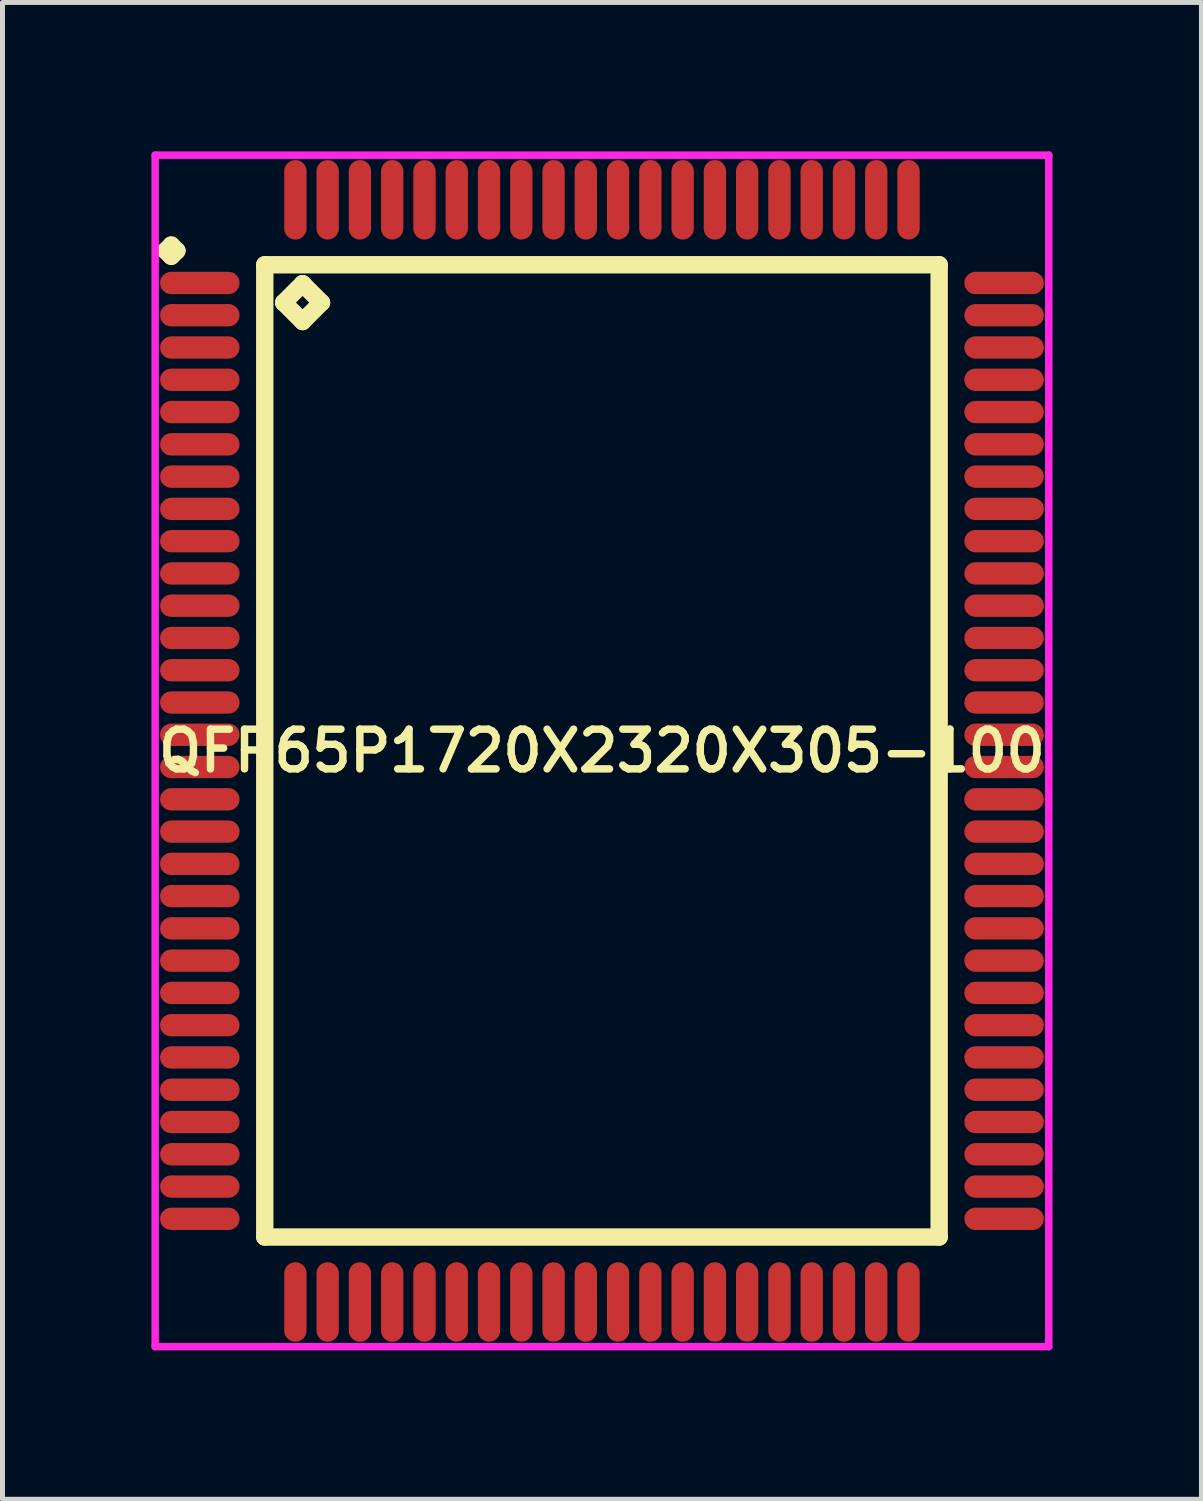
<source format=kicad_pcb>
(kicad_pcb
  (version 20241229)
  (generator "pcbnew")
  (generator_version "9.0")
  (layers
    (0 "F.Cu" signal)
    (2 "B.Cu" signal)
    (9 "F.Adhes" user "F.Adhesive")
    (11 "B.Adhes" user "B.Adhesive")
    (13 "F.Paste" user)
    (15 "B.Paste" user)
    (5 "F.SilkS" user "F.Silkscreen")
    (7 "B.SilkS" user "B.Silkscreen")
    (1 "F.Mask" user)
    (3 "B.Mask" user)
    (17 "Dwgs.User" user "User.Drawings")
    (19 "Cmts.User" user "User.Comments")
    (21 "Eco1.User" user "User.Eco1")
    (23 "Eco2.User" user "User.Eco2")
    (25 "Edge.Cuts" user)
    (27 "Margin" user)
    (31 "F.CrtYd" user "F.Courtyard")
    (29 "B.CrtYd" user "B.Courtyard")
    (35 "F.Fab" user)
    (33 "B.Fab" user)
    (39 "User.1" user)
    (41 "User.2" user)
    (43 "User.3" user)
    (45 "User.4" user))
  (footprint "QFP65P1720X2320X305-100"
    (layer "F.Cu")
    (at 9.075 12.075)
    (property "Reference" "QFP65P1720X2320X305-100" (at 0 0 0) (layer "F.SilkS") (effects (font (size 0.8 0.8) (thickness 0.15))))
    (attr through_hole)
    (fp_line (start -8.787 -10.075) (end -8.675 -10.188) (stroke (width 0.35) (type solid)) (layer "F.SilkS"))
    (fp_line (start -8.675 -10.188) (end -8.562 -10.075) (stroke (width 0.35) (type solid)) (layer "F.SilkS"))
    (fp_line (start -8.675 -9.963) (end -8.787 -10.075) (stroke (width 0.35) (type solid)) (layer "F.SilkS"))
    (fp_line (start -8.562 -10.075) (end -8.675 -9.963) (stroke (width 0.35) (type solid)) (layer "F.SilkS"))
    (fp_line (start -6.792 -9.792) (end -6.792 9.792) (stroke (width 0.35) (type solid)) (layer "F.SilkS"))
    (fp_line (start -6.792 9.792) (end 6.792 9.792) (stroke (width 0.35) (type solid)) (layer "F.SilkS"))
    (fp_line (start -6.411 -9.03) (end -6.03 -9.411) (stroke (width 0.35) (type solid)) (layer "F.SilkS"))
    (fp_line (start -6.03 -9.411) (end -5.649 -9.03) (stroke (width 0.35) (type solid)) (layer "F.SilkS"))
    (fp_line (start -6.03 -8.649) (end -6.411 -9.03) (stroke (width 0.35) (type solid)) (layer "F.SilkS"))
    (fp_line (start -5.649 -9.03) (end -6.03 -8.649) (stroke (width 0.35) (type solid)) (layer "F.SilkS"))
    (fp_line (start 6.792 -9.792) (end -6.792 -9.792) (stroke (width 0.35) (type solid)) (layer "F.SilkS"))
    (fp_line (start 6.792 9.792) (end 6.792 -9.792) (stroke (width 0.35) (type solid)) (layer "F.SilkS"))
    (fp_line (start -9 -12) (end 9 -12) (stroke (width 0.15) (type solid)) (layer "F.CrtYd"))
    (fp_line (start -9 12) (end -9 -12) (stroke (width 0.15) (type solid)) (layer "F.CrtYd"))
    (fp_line (start 9 -12) (end 9 12) (stroke (width 0.15) (type solid)) (layer "F.CrtYd"))
    (fp_line (start 9 12) (end -9 12) (stroke (width 0.15) (type solid)) (layer "F.CrtYd"))
    (pad "1" smd oval (at -8.1 -9.425) (size 1.6 0.45) (layers "F.Cu" "F.Mask" "F.Paste"))
    (pad "2" smd oval (at -8.1 -8.775) (size 1.6 0.45) (layers "F.Cu" "F.Mask" "F.Paste"))
    (pad "3" smd oval (at -8.1 -8.125) (size 1.6 0.45) (layers "F.Cu" "F.Mask" "F.Paste"))
    (pad "4" smd oval (at -8.1 -7.475) (size 1.6 0.45) (layers "F.Cu" "F.Mask" "F.Paste"))
    (pad "5" smd oval (at -8.1 -6.825) (size 1.6 0.45) (layers "F.Cu" "F.Mask" "F.Paste"))
    (pad "6" smd oval (at -8.1 -6.175) (size 1.6 0.45) (layers "F.Cu" "F.Mask" "F.Paste"))
    (pad "7" smd oval (at -8.1 -5.525) (size 1.6 0.45) (layers "F.Cu" "F.Mask" "F.Paste"))
    (pad "8" smd oval (at -8.1 -4.875) (size 1.6 0.45) (layers "F.Cu" "F.Mask" "F.Paste"))
    (pad "9" smd oval (at -8.1 -4.225) (size 1.6 0.45) (layers "F.Cu" "F.Mask" "F.Paste"))
    (pad "10" smd oval (at -8.1 -3.575) (size 1.6 0.45) (layers "F.Cu" "F.Mask" "F.Paste"))
    (pad "11" smd oval (at -8.1 -2.925) (size 1.6 0.45) (layers "F.Cu" "F.Mask" "F.Paste"))
    (pad "12" smd oval (at -8.1 -2.275) (size 1.6 0.45) (layers "F.Cu" "F.Mask" "F.Paste"))
    (pad "13" smd oval (at -8.1 -1.625) (size 1.6 0.45) (layers "F.Cu" "F.Mask" "F.Paste"))
    (pad "14" smd oval (at -8.1 -0.975) (size 1.6 0.45) (layers "F.Cu" "F.Mask" "F.Paste"))
    (pad "15" smd oval (at -8.1 -0.325) (size 1.6 0.45) (layers "F.Cu" "F.Mask" "F.Paste"))
    (pad "16" smd oval (at -8.1 0.325) (size 1.6 0.45) (layers "F.Cu" "F.Mask" "F.Paste"))
    (pad "17" smd oval (at -8.1 0.975) (size 1.6 0.45) (layers "F.Cu" "F.Mask" "F.Paste"))
    (pad "18" smd oval (at -8.1 1.625) (size 1.6 0.45) (layers "F.Cu" "F.Mask" "F.Paste"))
    (pad "19" smd oval (at -8.1 2.275) (size 1.6 0.45) (layers "F.Cu" "F.Mask" "F.Paste"))
    (pad "20" smd oval (at -8.1 2.925) (size 1.6 0.45) (layers "F.Cu" "F.Mask" "F.Paste"))
    (pad "21" smd oval (at -8.1 3.575) (size 1.6 0.45) (layers "F.Cu" "F.Mask" "F.Paste"))
    (pad "22" smd oval (at -8.1 4.225) (size 1.6 0.45) (layers "F.Cu" "F.Mask" "F.Paste"))
    (pad "23" smd oval (at -8.1 4.875) (size 1.6 0.45) (layers "F.Cu" "F.Mask" "F.Paste"))
    (pad "24" smd oval (at -8.1 5.525) (size 1.6 0.45) (layers "F.Cu" "F.Mask" "F.Paste"))
    (pad "25" smd oval (at -8.1 6.175) (size 1.6 0.45) (layers "F.Cu" "F.Mask" "F.Paste"))
    (pad "26" smd oval (at -8.1 6.825) (size 1.6 0.45) (layers "F.Cu" "F.Mask" "F.Paste"))
    (pad "27" smd oval (at -8.1 7.475) (size 1.6 0.45) (layers "F.Cu" "F.Mask" "F.Paste"))
    (pad "28" smd oval (at -8.1 8.125) (size 1.6 0.45) (layers "F.Cu" "F.Mask" "F.Paste"))
    (pad "29" smd oval (at -8.1 8.775) (size 1.6 0.45) (layers "F.Cu" "F.Mask" "F.Paste"))
    (pad "30" smd oval (at -8.1 9.425) (size 1.6 0.45) (layers "F.Cu" "F.Mask" "F.Paste"))
    (pad "31" smd oval (at -6.175 11.1) (size 0.45 1.6) (layers "F.Cu" "F.Mask" "F.Paste"))
    (pad "32" smd oval (at -5.525 11.1) (size 0.45 1.6) (layers "F.Cu" "F.Mask" "F.Paste"))
    (pad "33" smd oval (at -4.875 11.1) (size 0.45 1.6) (layers "F.Cu" "F.Mask" "F.Paste"))
    (pad "34" smd oval (at -4.225 11.1) (size 0.45 1.6) (layers "F.Cu" "F.Mask" "F.Paste"))
    (pad "35" smd oval (at -3.575 11.1) (size 0.45 1.6) (layers "F.Cu" "F.Mask" "F.Paste"))
    (pad "36" smd oval (at -2.925 11.1) (size 0.45 1.6) (layers "F.Cu" "F.Mask" "F.Paste"))
    (pad "37" smd oval (at -2.275 11.1) (size 0.45 1.6) (layers "F.Cu" "F.Mask" "F.Paste"))
    (pad "38" smd oval (at -1.625 11.1) (size 0.45 1.6) (layers "F.Cu" "F.Mask" "F.Paste"))
    (pad "39" smd oval (at -0.975 11.1) (size 0.45 1.6) (layers "F.Cu" "F.Mask" "F.Paste"))
    (pad "40" smd oval (at -0.325 11.1) (size 0.45 1.6) (layers "F.Cu" "F.Mask" "F.Paste"))
    (pad "41" smd oval (at 0.325 11.1) (size 0.45 1.6) (layers "F.Cu" "F.Mask" "F.Paste"))
    (pad "42" smd oval (at 0.975 11.1) (size 0.45 1.6) (layers "F.Cu" "F.Mask" "F.Paste"))
    (pad "43" smd oval (at 1.625 11.1) (size 0.45 1.6) (layers "F.Cu" "F.Mask" "F.Paste"))
    (pad "44" smd oval (at 2.275 11.1) (size 0.45 1.6) (layers "F.Cu" "F.Mask" "F.Paste"))
    (pad "45" smd oval (at 2.925 11.1) (size 0.45 1.6) (layers "F.Cu" "F.Mask" "F.Paste"))
    (pad "46" smd oval (at 3.575 11.1) (size 0.45 1.6) (layers "F.Cu" "F.Mask" "F.Paste"))
    (pad "47" smd oval (at 4.225 11.1) (size 0.45 1.6) (layers "F.Cu" "F.Mask" "F.Paste"))
    (pad "48" smd oval (at 4.875 11.1) (size 0.45 1.6) (layers "F.Cu" "F.Mask" "F.Paste"))
    (pad "49" smd oval (at 5.525 11.1) (size 0.45 1.6) (layers "F.Cu" "F.Mask" "F.Paste"))
    (pad "50" smd oval (at 6.175 11.1) (size 0.45 1.6) (layers "F.Cu" "F.Mask" "F.Paste"))
    (pad "51" smd oval (at 8.1 9.425) (size 1.6 0.45) (layers "F.Cu" "F.Mask" "F.Paste"))
    (pad "52" smd oval (at 8.1 8.775) (size 1.6 0.45) (layers "F.Cu" "F.Mask" "F.Paste"))
    (pad "53" smd oval (at 8.1 8.125) (size 1.6 0.45) (layers "F.Cu" "F.Mask" "F.Paste"))
    (pad "54" smd oval (at 8.1 7.475) (size 1.6 0.45) (layers "F.Cu" "F.Mask" "F.Paste"))
    (pad "55" smd oval (at 8.1 6.825) (size 1.6 0.45) (layers "F.Cu" "F.Mask" "F.Paste"))
    (pad "56" smd oval (at 8.1 6.175) (size 1.6 0.45) (layers "F.Cu" "F.Mask" "F.Paste"))
    (pad "57" smd oval (at 8.1 5.525) (size 1.6 0.45) (layers "F.Cu" "F.Mask" "F.Paste"))
    (pad "58" smd oval (at 8.1 4.875) (size 1.6 0.45) (layers "F.Cu" "F.Mask" "F.Paste"))
    (pad "59" smd oval (at 8.1 4.225) (size 1.6 0.45) (layers "F.Cu" "F.Mask" "F.Paste"))
    (pad "60" smd oval (at 8.1 3.575) (size 1.6 0.45) (layers "F.Cu" "F.Mask" "F.Paste"))
    (pad "61" smd oval (at 8.1 2.925) (size 1.6 0.45) (layers "F.Cu" "F.Mask" "F.Paste"))
    (pad "62" smd oval (at 8.1 2.275) (size 1.6 0.45) (layers "F.Cu" "F.Mask" "F.Paste"))
    (pad "63" smd oval (at 8.1 1.625) (size 1.6 0.45) (layers "F.Cu" "F.Mask" "F.Paste"))
    (pad "64" smd oval (at 8.1 0.975) (size 1.6 0.45) (layers "F.Cu" "F.Mask" "F.Paste"))
    (pad "65" smd oval (at 8.1 0.325) (size 1.6 0.45) (layers "F.Cu" "F.Mask" "F.Paste"))
    (pad "66" smd oval (at 8.1 -0.325) (size 1.6 0.45) (layers "F.Cu" "F.Mask" "F.Paste"))
    (pad "67" smd oval (at 8.1 -0.975) (size 1.6 0.45) (layers "F.Cu" "F.Mask" "F.Paste"))
    (pad "68" smd oval (at 8.1 -1.625) (size 1.6 0.45) (layers "F.Cu" "F.Mask" "F.Paste"))
    (pad "69" smd oval (at 8.1 -2.275) (size 1.6 0.45) (layers "F.Cu" "F.Mask" "F.Paste"))
    (pad "70" smd oval (at 8.1 -2.925) (size 1.6 0.45) (layers "F.Cu" "F.Mask" "F.Paste"))
    (pad "71" smd oval (at 8.1 -3.575) (size 1.6 0.45) (layers "F.Cu" "F.Mask" "F.Paste"))
    (pad "72" smd oval (at 8.1 -4.225) (size 1.6 0.45) (layers "F.Cu" "F.Mask" "F.Paste"))
    (pad "73" smd oval (at 8.1 -4.875) (size 1.6 0.45) (layers "F.Cu" "F.Mask" "F.Paste"))
    (pad "74" smd oval (at 8.1 -5.525) (size 1.6 0.45) (layers "F.Cu" "F.Mask" "F.Paste"))
    (pad "75" smd oval (at 8.1 -6.175) (size 1.6 0.45) (layers "F.Cu" "F.Mask" "F.Paste"))
    (pad "76" smd oval (at 8.1 -6.825) (size 1.6 0.45) (layers "F.Cu" "F.Mask" "F.Paste"))
    (pad "77" smd oval (at 8.1 -7.475) (size 1.6 0.45) (layers "F.Cu" "F.Mask" "F.Paste"))
    (pad "78" smd oval (at 8.1 -8.125) (size 1.6 0.45) (layers "F.Cu" "F.Mask" "F.Paste"))
    (pad "79" smd oval (at 8.1 -8.775) (size 1.6 0.45) (layers "F.Cu" "F.Mask" "F.Paste"))
    (pad "80" smd oval (at 8.1 -9.425) (size 1.6 0.45) (layers "F.Cu" "F.Mask" "F.Paste"))
    (pad "81" smd oval (at 6.175 -11.1) (size 0.45 1.6) (layers "F.Cu" "F.Mask" "F.Paste"))
    (pad "82" smd oval (at 5.525 -11.1) (size 0.45 1.6) (layers "F.Cu" "F.Mask" "F.Paste"))
    (pad "83" smd oval (at 4.875 -11.1) (size 0.45 1.6) (layers "F.Cu" "F.Mask" "F.Paste"))
    (pad "84" smd oval (at 4.225 -11.1) (size 0.45 1.6) (layers "F.Cu" "F.Mask" "F.Paste"))
    (pad "85" smd oval (at 3.575 -11.1) (size 0.45 1.6) (layers "F.Cu" "F.Mask" "F.Paste"))
    (pad "86" smd oval (at 2.925 -11.1) (size 0.45 1.6) (layers "F.Cu" "F.Mask" "F.Paste"))
    (pad "87" smd oval (at 2.275 -11.1) (size 0.45 1.6) (layers "F.Cu" "F.Mask" "F.Paste"))
    (pad "88" smd oval (at 1.625 -11.1) (size 0.45 1.6) (layers "F.Cu" "F.Mask" "F.Paste"))
    (pad "89" smd oval (at 0.975 -11.1) (size 0.45 1.6) (layers "F.Cu" "F.Mask" "F.Paste"))
    (pad "90" smd oval (at 0.325 -11.1) (size 0.45 1.6) (layers "F.Cu" "F.Mask" "F.Paste"))
    (pad "91" smd oval (at -0.325 -11.1) (size 0.45 1.6) (layers "F.Cu" "F.Mask" "F.Paste"))
    (pad "92" smd oval (at -0.975 -11.1) (size 0.45 1.6) (layers "F.Cu" "F.Mask" "F.Paste"))
    (pad "93" smd oval (at -1.625 -11.1) (size 0.45 1.6) (layers "F.Cu" "F.Mask" "F.Paste"))
    (pad "94" smd oval (at -2.275 -11.1) (size 0.45 1.6) (layers "F.Cu" "F.Mask" "F.Paste"))
    (pad "95" smd oval (at -2.925 -11.1) (size 0.45 1.6) (layers "F.Cu" "F.Mask" "F.Paste"))
    (pad "96" smd oval (at -3.575 -11.1) (size 0.45 1.6) (layers "F.Cu" "F.Mask" "F.Paste"))
    (pad "97" smd oval (at -4.225 -11.1) (size 0.45 1.6) (layers "F.Cu" "F.Mask" "F.Paste"))
    (pad "98" smd oval (at -4.875 -11.1) (size 0.45 1.6) (layers "F.Cu" "F.Mask" "F.Paste"))
    (pad "99" smd oval (at -5.525 -11.1) (size 0.45 1.6) (layers "F.Cu" "F.Mask" "F.Paste"))
    (pad "100" smd oval (at -6.175 -11.1) (size 0.45 1.6) (layers "F.Cu" "F.Mask" "F.Paste")))
  (gr_rect
    (start -3 -3)
    (end 21.15 27.15)
    (stroke (width 0.1) (type default))
    (fill no)
    (layer "Edge.Cuts")))
</source>
